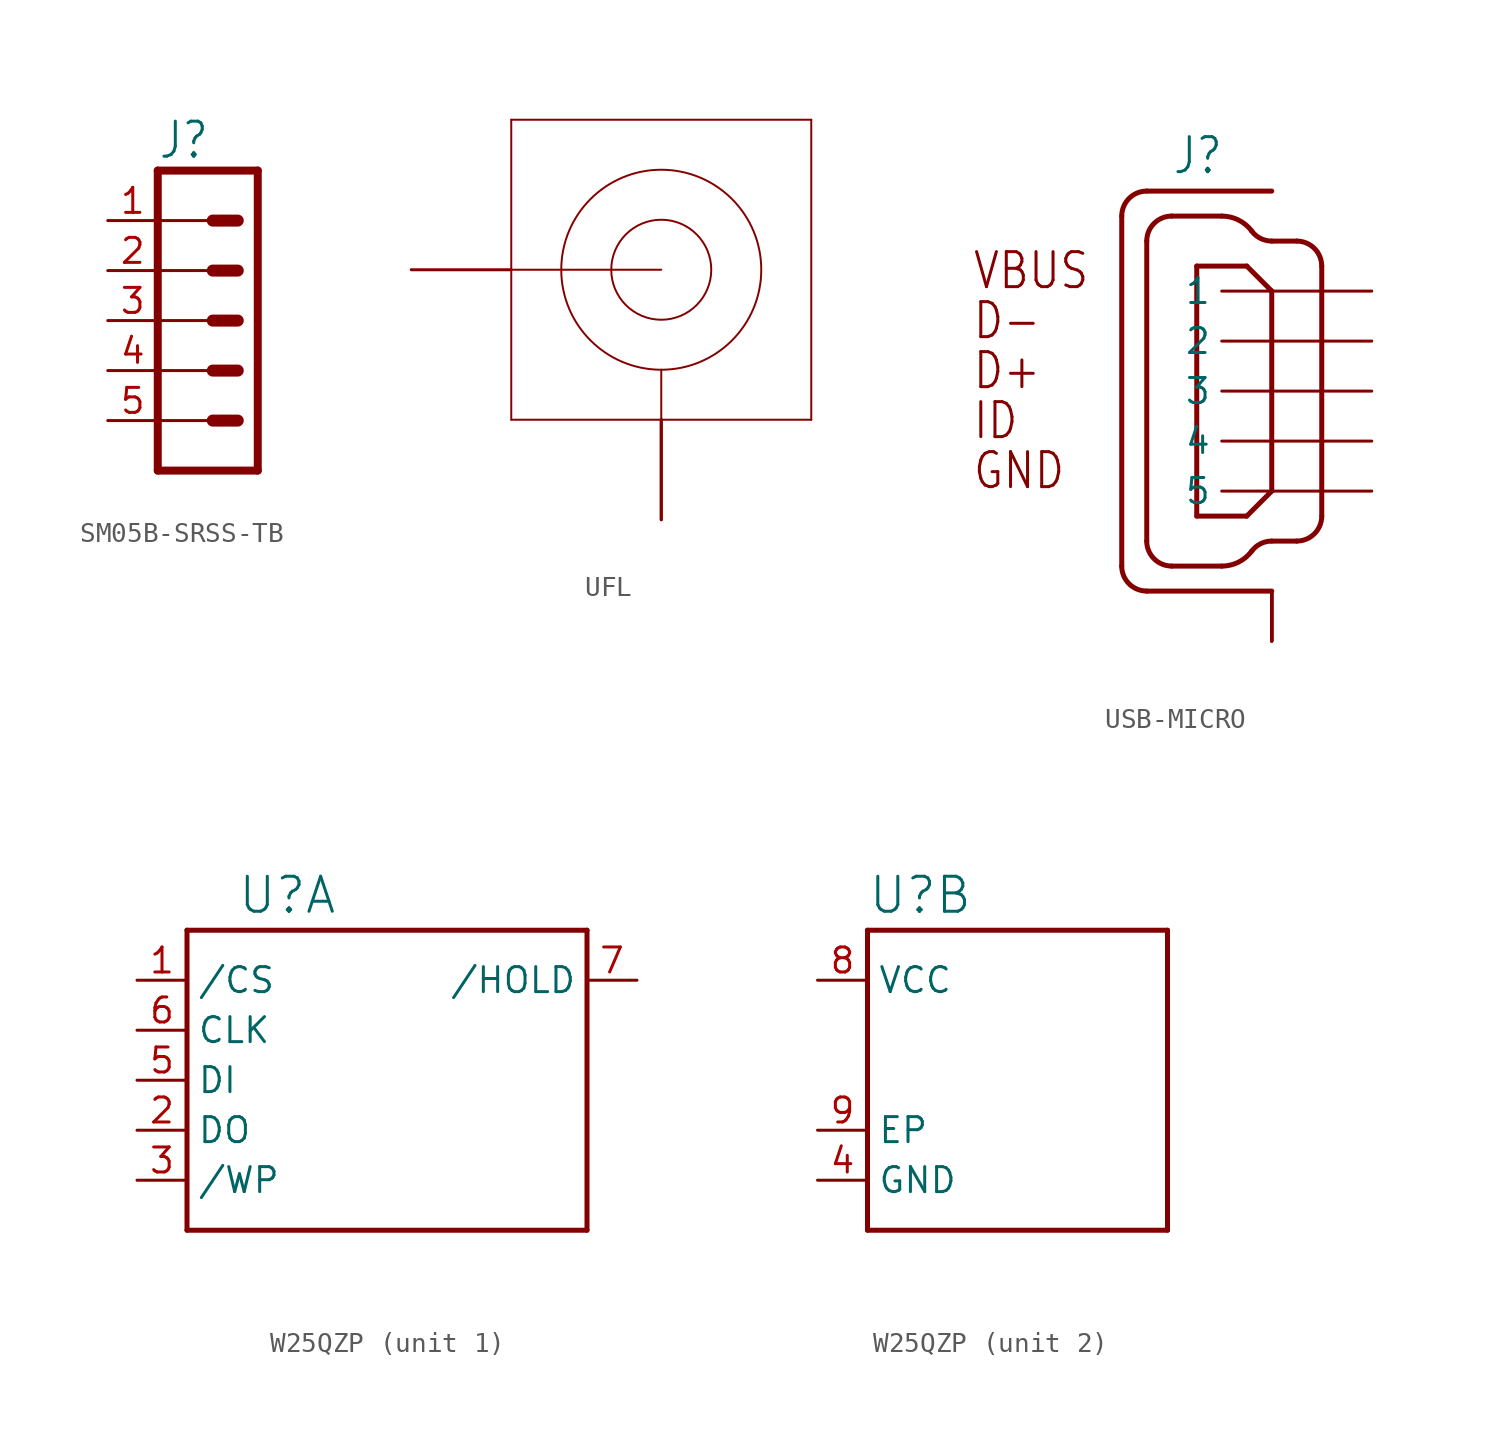
<source format=kicad_sym>
(kicad_symbol_lib
  (version 20231120)
  (generator "kicad_symbol_editor")
  (generator_version "8.0")
  (symbol "SM05B-SRSS-TB"
    (property "Reference" "J"
      (at -2.54 8.128 0)
      (effects (font (size 1.778 1.511)) (justify left bottom)))
    (property "ki_locked" ""
      (at 0 0 0)
      (effects (font (size 1.27 1.27))))
    (symbol "SM05B-SRSS-TB_1_0"
      (polyline (pts (xy -2.54 -5.08) (xy -2.54 -7.62)) (stroke (width 0.406) (type solid)) (fill (type none)))
      (polyline (pts (xy -2.54 -5.08) (xy 0 -5.08)) (stroke (width 0.152) (type solid)) (fill (type none)))
      (polyline (pts (xy -2.54 -2.54) (xy -2.54 -5.08)) (stroke (width 0.406) (type solid)) (fill (type none)))
      (polyline (pts (xy -2.54 -2.54) (xy 0 -2.54)) (stroke (width 0.152) (type solid)) (fill (type none)))
      (polyline (pts (xy -2.54 0) (xy -2.54 -2.54)) (stroke (width 0.406) (type solid)) (fill (type none)))
      (polyline (pts (xy -2.54 0) (xy 0 0)) (stroke (width 0.152) (type solid)) (fill (type none)))
      (polyline (pts (xy -2.54 2.54) (xy -2.54 0)) (stroke (width 0.406) (type solid)) (fill (type none)))
      (polyline (pts (xy -2.54 2.54) (xy 0 2.54)) (stroke (width 0.152) (type solid)) (fill (type none)))
      (polyline (pts (xy -2.54 5.08) (xy -2.54 2.54)) (stroke (width 0.406) (type solid)) (fill (type none)))
      (polyline (pts (xy -2.54 5.08) (xy 0 5.08)) (stroke (width 0.152) (type solid)) (fill (type none)))
      (polyline (pts (xy -2.54 7.62) (xy -2.54 5.08)) (stroke (width 0.406) (type solid)) (fill (type none)))
      (polyline (pts (xy -2.54 7.62) (xy 2.54 7.62)) (stroke (width 0.406) (type solid)) (fill (type none)))
      (polyline (pts (xy 0.254 -5.08) (xy 1.524 -5.08)) (stroke (width 0.61) (type solid)) (fill (type none)))
      (polyline (pts (xy 0.254 -2.54) (xy 1.524 -2.54)) (stroke (width 0.61) (type solid)) (fill (type none)))
      (polyline (pts (xy 0.254 0) (xy 1.524 0)) (stroke (width 0.61) (type solid)) (fill (type none)))
      (polyline (pts (xy 0.254 2.54) (xy 1.524 2.54)) (stroke (width 0.61) (type solid)) (fill (type none)))
      (polyline (pts (xy 0.254 5.08) (xy 1.524 5.08)) (stroke (width 0.61) (type solid)) (fill (type none)))
      (polyline (pts (xy 2.54 -7.62) (xy -2.54 -7.62)) (stroke (width 0.406) (type solid)) (fill (type none)))
      (polyline (pts (xy 2.54 -7.62) (xy 2.54 7.62)) (stroke (width 0.406) (type solid)) (fill (type none)))
      (pin passive line (at -5.08 5.08 0) (length 2.54) (name "1" (effects (font (size 0 0)))) (number "1" (effects (font (size 1.27 1.27)))))
      (pin passive line (at -5.08 2.54 0) (length 2.54) (name "2" (effects (font (size 0 0)))) (number "2" (effects (font (size 1.27 1.27)))))
      (pin passive line (at -5.08 0 0) (length 2.54) (name "3" (effects (font (size 0 0)))) (number "3" (effects (font (size 1.27 1.27)))))
      (pin passive line (at -5.08 -2.54 0) (length 2.54) (name "4" (effects (font (size 0 0)))) (number "4" (effects (font (size 1.27 1.27)))))
      (pin passive line (at -5.08 -5.08 0) (length 2.54) (name "5" (effects (font (size 0 0)))) (number "5" (effects (font (size 1.27 1.27)))))
      (pin passive line (at 0 -7.62 0) (length 0) (name "SH" (effects (font (size 0 0)))) (number "SH1" (effects (font (size 0 0)))))
      (pin passive line (at 0 -7.62 0) (length 0) (name "SH" (effects (font (size 0 0)))) (number "SH2" (effects (font (size 0 0)))))))
  (symbol "UFL"
    (property "Reference" ""
      (at -7.62 7.62 0)
      (effects (font (size 1.778 1.511)) (justify left bottom) (hide yes)))
    (property "ki_locked" ""
      (at 0 0 0)
      (effects (font (size 1.27 1.27))))
    (symbol "UFL_1_0"
      (polyline (pts (xy -7.62 -7.62) (xy -7.62 0)) (stroke (width 0.1) (type solid)) (fill (type none)))
      (polyline (pts (xy -7.62 0) (xy -7.62 7.62)) (stroke (width 0.1) (type solid)) (fill (type none)))
      (polyline (pts (xy -7.62 0) (xy 0 0)) (stroke (width 0.1) (type solid)) (fill (type none)))
      (polyline (pts (xy -7.62 7.62) (xy 7.62 7.62)) (stroke (width 0.1) (type solid)) (fill (type none)))
      (polyline (pts (xy 0 -7.62) (xy -7.62 -7.62)) (stroke (width 0.1) (type solid)) (fill (type none)))
      (polyline (pts (xy 0 -5.08) (xy 0 -7.62)) (stroke (width 0.1) (type solid)) (fill (type none)))
      (polyline (pts (xy 7.62 -7.62) (xy 0 -7.62)) (stroke (width 0.1) (type solid)) (fill (type none)))
      (polyline (pts (xy 7.62 7.62) (xy 7.62 -7.62)) (stroke (width 0.1) (type solid)) (fill (type none)))
      (circle (center 0 0) (radius 2.54) (stroke (width 0.1) (type solid)) (fill (type none)))
      (circle (center 0 0) (radius 5.08) (stroke (width 0.1) (type solid)) (fill (type none)))
      (pin bidirectional line (at 0 -12.7 90) (length 5.08) (name "GND" (effects (font (size 0 0)))) (number "GND1" (effects (font (size 0 0)))))
      (pin bidirectional line (at 0 -12.7 90) (length 5.08) (name "GND" (effects (font (size 0 0)))) (number "GND2" (effects (font (size 0 0)))))
      (pin bidirectional line (at -12.7 0 0) (length 5.08) (name "SIG" (effects (font (size 0 0)))) (number "SIG" (effects (font (size 0 0)))))))
  (symbol "USB-MICRO"
    (property "Reference" "J"
      (at -2.54 10.922 0)
      (effects (font (size 1.778 1.511)) (justify left bottom)))
    (property "ki_locked" ""
      (at 0 0 0)
      (effects (font (size 1.27 1.27))))
    (symbol "USB-MICRO_1_0"
      (arc (start -5.08 -8.89) (mid -4.708 -9.788) (end -3.81 -10.16) (stroke (width 0.254) (type solid)) (fill (type none)))
      (arc (start -3.81 -7.62) (mid -3.438 -8.518) (end -2.54 -8.89) (stroke (width 0.254) (type solid)) (fill (type none)))
      (arc (start -3.81 10.16) (mid -4.708 9.788) (end -5.08 8.89) (stroke (width 0.254) (type solid)) (fill (type none)))
      (arc (start -2.54 8.89) (mid -3.438 8.518) (end -3.81 7.62) (stroke (width 0.254) (type solid)) (fill (type none)))
      (arc (start -0.0001 -8.89) (mid 0.8519 -8.6889) (end 1.524 -8.128) (stroke (width 0.254) (type solid)) (fill (type none)))
      (polyline (pts (xy -5.08 -8.89) (xy -5.08 8.89)) (stroke (width 0.254) (type solid)) (fill (type none)))
      (polyline (pts (xy -3.81 -7.62) (xy -3.81 7.62)) (stroke (width 0.254) (type solid)) (fill (type none)))
      (polyline (pts (xy -1.27 -6.35) (xy -1.27 6.35)) (stroke (width 0.254) (type solid)) (fill (type none)))
      (polyline (pts (xy -1.27 6.35) (xy 1.27 6.35)) (stroke (width 0.254) (type solid)) (fill (type none)))
      (polyline (pts (xy 0 -8.89) (xy -2.54 -8.89)) (stroke (width 0.254) (type solid)) (fill (type none)))
      (polyline (pts (xy 0 8.89) (xy -2.54 8.89)) (stroke (width 0.254) (type solid)) (fill (type none)))
      (polyline (pts (xy 1.27 -6.35) (xy -1.27 -6.35)) (stroke (width 0.254) (type solid)) (fill (type none)))
      (polyline (pts (xy 1.27 6.35) (xy 2.54 5.08)) (stroke (width 0.254) (type solid)) (fill (type none)))
      (polyline (pts (xy 2.54 -10.16) (xy -3.81 -10.16)) (stroke (width 0.254) (type solid)) (fill (type none)))
      (polyline (pts (xy 2.54 -5.08) (xy 1.27 -6.35)) (stroke (width 0.254) (type solid)) (fill (type none)))
      (polyline (pts (xy 2.54 5.08) (xy 2.54 -5.08)) (stroke (width 0.254) (type solid)) (fill (type none)))
      (polyline (pts (xy 2.54 10.16) (xy -3.81 10.16)) (stroke (width 0.254) (type solid)) (fill (type none)))
      (polyline (pts (xy 3.81 -7.62) (xy 2.54 -7.62)) (stroke (width 0.254) (type solid)) (fill (type none)))
      (polyline (pts (xy 3.81 7.62) (xy 2.54 7.62)) (stroke (width 0.254) (type solid)) (fill (type none)))
      (polyline (pts (xy 5.08 6.35) (xy 5.08 -6.35)) (stroke (width 0.254) (type solid)) (fill (type none)))
      (arc (start 1.524 8.128) (mid 0.8519 8.6889) (end -0.0001 8.89) (stroke (width 0.254) (type solid)) (fill (type none)))
      (arc (start 1.524 8.128) (mid 1.972 7.7541) (end 2.54 7.62) (stroke (width 0.254) (type solid)) (fill (type none)))
      (arc (start 2.54 -7.62) (mid 1.972 -7.7541) (end 1.524 -8.128) (stroke (width 0.254) (type solid)) (fill (type none)))
      (arc (start 3.81 -7.62) (mid 4.708 -7.248) (end 5.08 -6.35) (stroke (width 0.254) (type solid)) (fill (type none)))
      (arc (start 5.08 6.35) (mid 4.708 7.248) (end 3.81 7.62) (stroke (width 0.254) (type solid)) (fill (type none)))
      (text "D+" (at -12.7 0 0) (effects (font (size 1.778 1.511)) (justify left bottom)))
      (text "D-" (at -12.7 2.54 0) (effects (font (size 1.778 1.511)) (justify left bottom)))
      (text "GND" (at -12.7 -5.08 0) (effects (font (size 1.778 1.511)) (justify left bottom)))
      (text "ID" (at -12.7 -2.54 0) (effects (font (size 1.778 1.511)) (justify left bottom)))
      (text "VBUS" (at -12.7 5.08 0) (effects (font (size 1.778 1.511)) (justify left bottom)))
      (pin passive line (at 7.62 5.08 180) (length 7.62) (name "1" (effects (font (size 1.27 1.27)))) (number "1" (effects (font (size 0 0)))))
      (pin passive line (at 2.54 -12.7 90) (length 2.54) (name "SH" (effects (font (size 0 0)))) (number "10" (effects (font (size 0 0)))))
      (pin passive line (at 2.54 -12.7 90) (length 2.54) (name "SH" (effects (font (size 0 0)))) (number "11" (effects (font (size 0 0)))))
      (pin passive line (at 7.62 2.54 180) (length 7.62) (name "2" (effects (font (size 1.27 1.27)))) (number "2" (effects (font (size 0 0)))))
      (pin passive line (at 7.62 0 180) (length 7.62) (name "3" (effects (font (size 1.27 1.27)))) (number "3" (effects (font (size 0 0)))))
      (pin passive line (at 7.62 -2.54 180) (length 7.62) (name "4" (effects (font (size 1.27 1.27)))) (number "4" (effects (font (size 0 0)))))
      (pin passive line (at 7.62 -5.08 180) (length 7.62) (name "5" (effects (font (size 1.27 1.27)))) (number "5" (effects (font (size 0 0)))))
      (pin passive line (at 2.54 -12.7 90) (length 2.54) (name "SH" (effects (font (size 0 0)))) (number "6" (effects (font (size 0 0)))))
      (pin passive line (at 2.54 -12.7 90) (length 2.54) (name "SH" (effects (font (size 0 0)))) (number "7" (effects (font (size 0 0)))))
      (pin passive line (at 2.54 -12.7 90) (length 2.54) (name "SH" (effects (font (size 0 0)))) (number "8" (effects (font (size 0 0)))))
      (pin passive line (at 2.54 -12.7 90) (length 2.54) (name "SH" (effects (font (size 0 0)))) (number "9" (effects (font (size 0 0)))))))
  (symbol "W25QZP"
    (property "Reference" "U"
      (at -7.62 8.357 0)
      (effects (font (size 1.778 1.778)) (justify left bottom)))
    (property "Value" ""
      (at -7.62 -10.16 0)
      (effects (font (size 1.778 1.778)) (justify left bottom)))
    (property "ki_locked" ""
      (at 0 0 0)
      (effects (font (size 1.27 1.27))))
    (symbol "W25QZP_1_0"
      (polyline (pts (xy -10.16 -7.62) (xy -10.16 7.62)) (stroke (width 0.254) (type solid)) (fill (type none)))
      (polyline (pts (xy -10.16 7.62) (xy 10.16 7.62)) (stroke (width 0.254) (type solid)) (fill (type none)))
      (polyline (pts (xy 10.16 -7.62) (xy -10.16 -7.62)) (stroke (width 0.254) (type solid)) (fill (type none)))
      (polyline (pts (xy 10.16 7.62) (xy 10.16 -7.62)) (stroke (width 0.254) (type solid)) (fill (type none)))
      (pin input line (at -12.7 5.08 0) (length 2.54) (name "/CS" (effects (font (size 1.27 1.27)))) (number "1" (effects (font (size 1.27 1.27)))))
      (pin tri_state line (at -12.7 -2.54 0) (length 2.54) (name "DO" (effects (font (size 1.27 1.27)))) (number "2" (effects (font (size 1.27 1.27)))))
      (pin input line (at -12.7 -5.08 0) (length 2.54) (name "/WP" (effects (font (size 1.27 1.27)))) (number "3" (effects (font (size 1.27 1.27)))))
      (pin input line (at -12.7 0 0) (length 2.54) (name "DI" (effects (font (size 1.27 1.27)))) (number "5" (effects (font (size 1.27 1.27)))))
      (pin input line (at -12.7 2.54 0) (length 2.54) (name "CLK" (effects (font (size 1.27 1.27)))) (number "6" (effects (font (size 1.27 1.27)))))
      (pin input line (at 12.7 5.08 180) (length 2.54) (name "/HOLD" (effects (font (size 1.27 1.27)))) (number "7" (effects (font (size 1.27 1.27))))))
    (symbol "W25QZP_2_0"
      (polyline (pts (xy -7.62 -7.62) (xy -7.62 7.62)) (stroke (width 0.254) (type solid)) (fill (type none)))
      (polyline (pts (xy -7.62 7.62) (xy 7.62 7.62)) (stroke (width 0.254) (type solid)) (fill (type none)))
      (polyline (pts (xy 7.62 -7.62) (xy -7.62 -7.62)) (stroke (width 0.254) (type solid)) (fill (type none)))
      (polyline (pts (xy 7.62 7.62) (xy 7.62 -7.62)) (stroke (width 0.254) (type solid)) (fill (type none)))
      (pin power_in line (at -10.16 -5.08 0) (length 2.54) (name "GND" (effects (font (size 1.27 1.27)))) (number "4" (effects (font (size 1.27 1.27)))))
      (pin power_in line (at -10.16 5.08 0) (length 2.54) (name "VCC" (effects (font (size 1.27 1.27)))) (number "8" (effects (font (size 1.27 1.27)))))
      (pin passive line (at -10.16 -2.54 0) (length 2.54) (name "EP" (effects (font (size 1.27 1.27)))) (number "9" (effects (font (size 1.27 1.27))))))))
</source>
